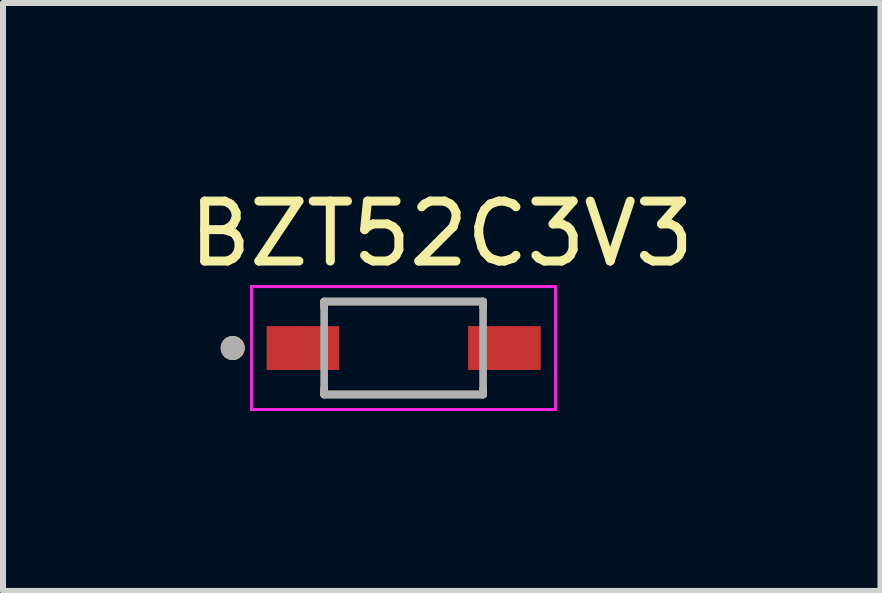
<source format=kicad_pcb>
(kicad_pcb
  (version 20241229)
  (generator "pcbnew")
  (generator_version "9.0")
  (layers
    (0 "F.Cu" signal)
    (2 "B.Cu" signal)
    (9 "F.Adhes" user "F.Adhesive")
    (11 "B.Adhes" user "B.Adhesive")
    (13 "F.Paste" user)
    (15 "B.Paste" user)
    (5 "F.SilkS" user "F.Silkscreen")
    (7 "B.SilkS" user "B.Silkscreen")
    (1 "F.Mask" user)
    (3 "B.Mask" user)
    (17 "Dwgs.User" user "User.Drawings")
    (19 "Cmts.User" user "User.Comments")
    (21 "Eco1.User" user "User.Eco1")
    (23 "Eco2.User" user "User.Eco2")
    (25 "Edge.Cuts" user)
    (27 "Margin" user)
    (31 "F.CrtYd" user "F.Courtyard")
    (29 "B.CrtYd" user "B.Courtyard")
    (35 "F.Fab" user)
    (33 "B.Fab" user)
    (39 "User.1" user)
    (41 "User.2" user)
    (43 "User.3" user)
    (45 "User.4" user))
  (footprint "BZT52C3V3"
    (layer "F.Cu")
    (at 3.68 2.753)
    (property "Reference" "BZT52C3V3" (at 0.635 -1.905 0) (layer "F.SilkS") (effects (font (size 1 1) (thickness 0.15))))
    (attr smd)
    (fp_line (start -1.325 -0.775) (end 1.325 -0.775) (stroke (width 0.127) (type solid)) (layer "F.SilkS"))
    (fp_line (start -1.325 -0.679) (end -1.325 -0.775) (stroke (width 0.127) (type solid)) (layer "F.SilkS"))
    (fp_line (start -1.325 0.775) (end -1.325 0.679) (stroke (width 0.127) (type solid)) (layer "F.SilkS"))
    (fp_line (start 1.325 -0.775) (end 1.325 -0.679) (stroke (width 0.127) (type solid)) (layer "F.SilkS"))
    (fp_line (start 1.325 0.679) (end 1.325 0.775) (stroke (width 0.127) (type solid)) (layer "F.SilkS"))
    (fp_line (start 1.325 0.775) (end -1.325 0.775) (stroke (width 0.127) (type solid)) (layer "F.SilkS"))
    (fp_circle (center -2.85 0) (end -2.75 0) (stroke (width 0.2) (type solid)) (fill no) (layer "F.SilkS"))
    (fp_line (start -2.535 -1.025) (end 2.535 -1.025) (stroke (width 0.05) (type solid)) (layer "F.CrtYd"))
    (fp_line (start -2.535 1.025) (end -2.535 -1.025) (stroke (width 0.05) (type solid)) (layer "F.CrtYd"))
    (fp_line (start 2.535 -1.025) (end 2.535 1.025) (stroke (width 0.05) (type solid)) (layer "F.CrtYd"))
    (fp_line (start 2.535 1.025) (end -2.535 1.025) (stroke (width 0.05) (type solid)) (layer "F.CrtYd"))
    (fp_line (start -1.325 -0.775) (end 1.325 -0.775) (stroke (width 0.127) (type solid)) (layer "F.Fab"))
    (fp_line (start -1.325 0.775) (end -1.325 -0.775) (stroke (width 0.127) (type solid)) (layer "F.Fab"))
    (fp_line (start 1.325 -0.775) (end 1.325 0.775) (stroke (width 0.127) (type solid)) (layer "F.Fab"))
    (fp_line (start 1.325 0.775) (end -1.325 0.775) (stroke (width 0.127) (type solid)) (layer "F.Fab"))
    (fp_circle (center -2.85 0) (end -2.75 0) (stroke (width 0.2) (type solid)) (fill no) (layer "F.Fab"))
    (pad "A" smd rect (at 1.68 0) (size 1.21 0.73) (layers "F.Cu" "F.Mask" "F.Paste"))
    (pad "K" smd rect (at -1.68 0) (size 1.21 0.73) (layers "F.Cu" "F.Mask" "F.Paste")))
  (gr_rect
    (start -3 -3)
    (end 11.631 6.803)
    (stroke (width 0.1) (type default))
    (fill no)
    (layer "Edge.Cuts")))
</source>
